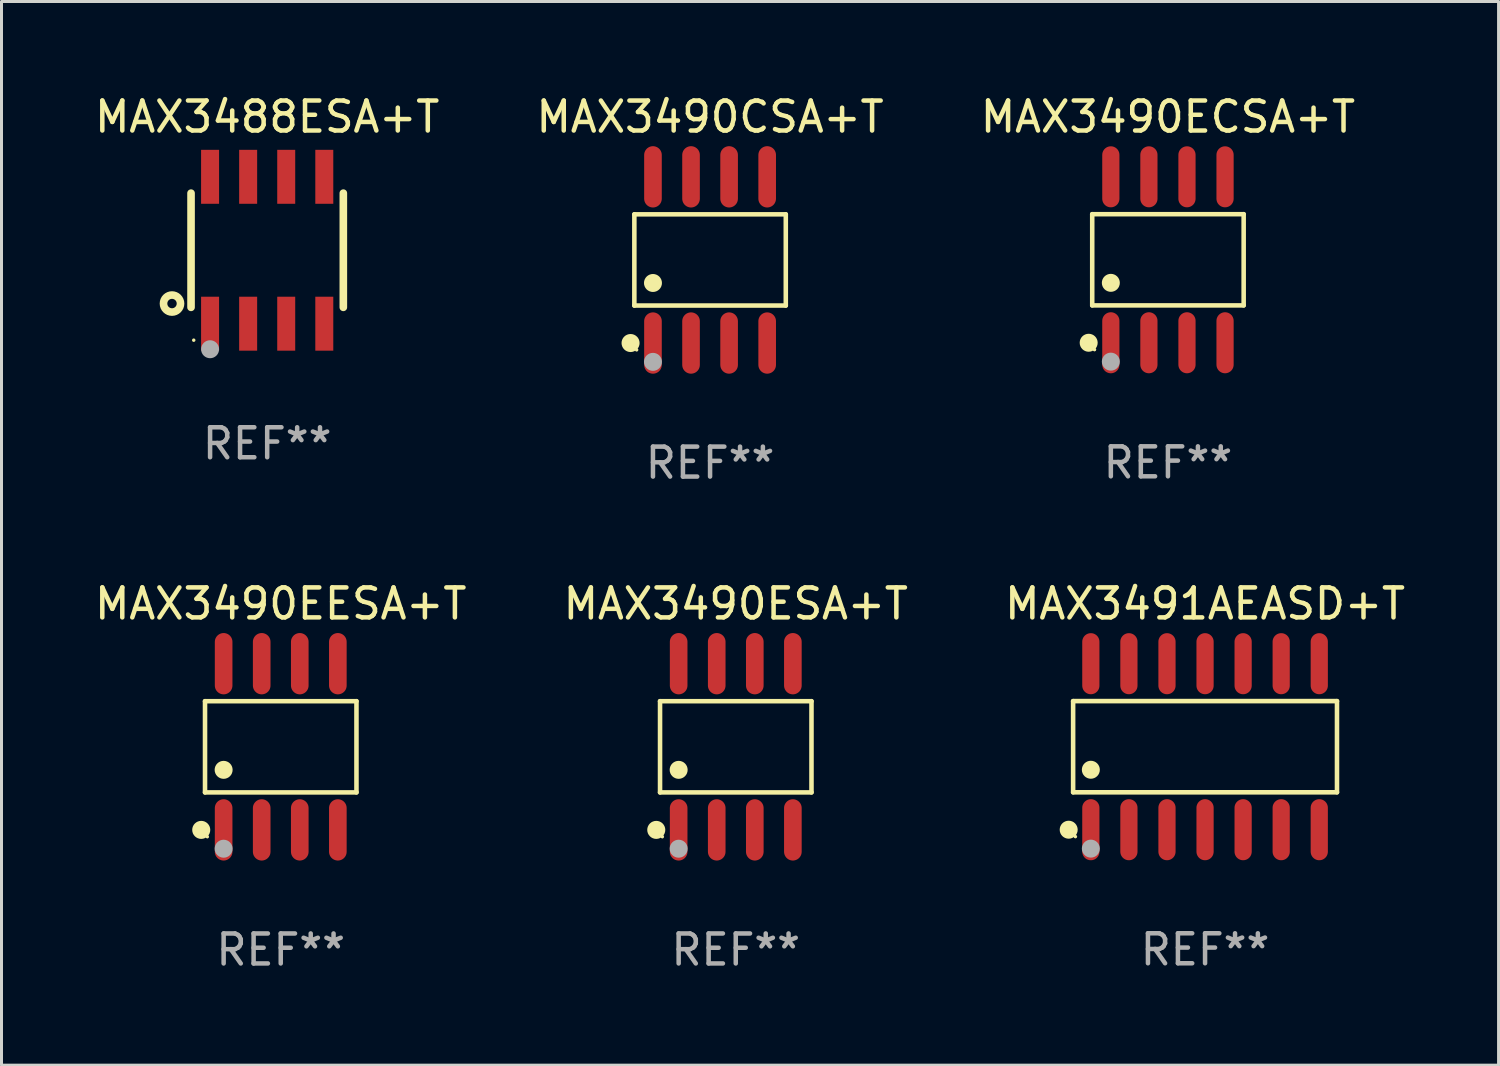
<source format=kicad_pcb>
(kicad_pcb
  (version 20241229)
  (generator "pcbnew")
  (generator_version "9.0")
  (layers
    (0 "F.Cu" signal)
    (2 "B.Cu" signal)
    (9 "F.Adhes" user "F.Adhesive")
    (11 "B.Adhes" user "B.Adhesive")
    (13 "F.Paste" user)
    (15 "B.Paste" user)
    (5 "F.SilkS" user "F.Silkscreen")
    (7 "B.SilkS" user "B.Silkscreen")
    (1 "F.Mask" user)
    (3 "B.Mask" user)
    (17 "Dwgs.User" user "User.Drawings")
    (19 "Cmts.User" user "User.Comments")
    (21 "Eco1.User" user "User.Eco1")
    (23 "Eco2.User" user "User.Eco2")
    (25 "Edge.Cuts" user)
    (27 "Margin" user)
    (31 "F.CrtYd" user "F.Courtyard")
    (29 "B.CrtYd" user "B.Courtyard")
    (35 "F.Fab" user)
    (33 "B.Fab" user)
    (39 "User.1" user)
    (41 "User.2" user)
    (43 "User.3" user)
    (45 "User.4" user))
  (footprint "MAX3488ESA+T"
    (layer "F.Cu")
    (at 5.863 5.298)
    (property "Reference" "MAX3488ESA+T" (at 0 -4.45 0) (layer "F.SilkS") (effects (font (size 1 1) (thickness 0.15))))
    (attr through_hole)
    (fp_line (start -2.54 -1.905) (end -2.54 1.905) (stroke (width 0.254) (type solid)) (layer "F.SilkS"))
    (fp_line (start 2.54 -1.905) (end 2.54 1.905) (stroke (width 0.254) (type solid)) (layer "F.SilkS"))
    (fp_circle (center -3.175 1.778) (end -2.891 1.778) (stroke (width 0.254) (type solid)) (fill no) (layer "F.SilkS"))
    (fp_circle (center -2.45 3) (end -2.42 3) (stroke (width 0.06) (type solid)) (fill no) (layer "F.SilkS"))
    (fp_circle (center -1.905 3.302) (end -1.755 3.302) (stroke (width 0.3) (type solid)) (fill no) (layer "F.Fab"))
    (fp_text user "REF**" (at 0 6.45 0) (layer "F.Fab") (effects (font (size 1 1) (thickness 0.15))))
    (pad "1" smd rect (at -1.905 2.45) (size 0.6 1.8) (layers "F.Cu" "F.Mask" "F.Paste"))
    (pad "2" smd rect (at -0.635 2.45) (size 0.6 1.8) (layers "F.Cu" "F.Mask" "F.Paste"))
    (pad "3" smd rect (at 0.635 2.45) (size 0.6 1.8) (layers "F.Cu" "F.Mask" "F.Paste"))
    (pad "4" smd rect (at 1.905 2.45) (size 0.6 1.8) (layers "F.Cu" "F.Mask" "F.Paste"))
    (pad "5" smd rect (at 1.905 -2.45 180) (size 0.6 1.8) (layers "F.Cu" "F.Mask" "F.Paste"))
    (pad "6" smd rect (at 0.635 -2.45 180) (size 0.6 1.8) (layers "F.Cu" "F.Mask" "F.Paste"))
    (pad "7" smd rect (at -0.635 -2.45 180) (size 0.6 1.8) (layers "F.Cu" "F.Mask" "F.Paste"))
    (pad "8" smd rect (at -1.905 -2.45 180) (size 0.6 1.8) (layers "F.Cu" "F.Mask" "F.Paste")))
  (footprint "MAX3490CSA+T"
    (layer "F.Cu")
    (at 20.637 5.621)
    (property "Reference" "MAX3490CSA+T" (at 0 -4.772 0) (layer "F.SilkS") (effects (font (size 1 1) (thickness 0.15))))
    (attr through_hole)
    (fp_line (start -2.526 -1.521) (end 2.526 -1.521) (stroke (width 0.152) (type solid)) (layer "F.SilkS"))
    (fp_line (start -2.526 1.521) (end -2.526 -1.521) (stroke (width 0.152) (type solid)) (layer "F.SilkS"))
    (fp_line (start 2.526 -1.521) (end 2.526 1.521) (stroke (width 0.152) (type solid)) (layer "F.SilkS"))
    (fp_line (start 2.526 1.521) (end -2.526 1.521) (stroke (width 0.152) (type solid)) (layer "F.SilkS"))
    (fp_circle (center -2.652 2.772) (end -2.501 2.772) (stroke (width 0.3) (type solid)) (fill no) (layer "F.SilkS"))
    (fp_circle (center -2.45 3) (end -2.42 3) (stroke (width 0.06) (type solid)) (fill no) (layer "F.SilkS"))
    (fp_circle (center -1.905 0.769) (end -1.755 0.769) (stroke (width 0.3) (type solid)) (fill no) (layer "F.SilkS"))
    (fp_circle (center -1.905 3.4) (end -1.755 3.4) (stroke (width 0.3) (type solid)) (fill no) (layer "F.Fab"))
    (fp_text user "REF**" (at 0 6.772 0) (layer "F.Fab") (effects (font (size 1 1) (thickness 0.15))))
    (pad "1" smd oval (at -1.905 2.772) (size 0.588 2.045) (layers "F.Cu" "F.Mask" "F.Paste"))
    (pad "2" smd oval (at -0.635 2.772) (size 0.588 2.045) (layers "F.Cu" "F.Mask" "F.Paste"))
    (pad "3" smd oval (at 0.635 2.772) (size 0.588 2.045) (layers "F.Cu" "F.Mask" "F.Paste"))
    (pad "4" smd oval (at 1.905 2.772) (size 0.588 2.045) (layers "F.Cu" "F.Mask" "F.Paste"))
    (pad "5" smd oval (at 1.905 -2.772) (size 0.588 2.045) (layers "F.Cu" "F.Mask" "F.Paste"))
    (pad "6" smd oval (at 0.635 -2.772) (size 0.588 2.045) (layers "F.Cu" "F.Mask" "F.Paste"))
    (pad "7" smd oval (at -0.635 -2.772) (size 0.588 2.045) (layers "F.Cu" "F.Mask" "F.Paste"))
    (pad "8" smd oval (at -1.905 -2.772) (size 0.588 2.045) (layers "F.Cu" "F.Mask" "F.Paste")))
  (footprint "MAX3490ESA+T"
    (layer "F.Cu")
    (at 21.494 21.862)
    (property "Reference" "MAX3490ESA+T" (at 0 -4.772 0) (layer "F.SilkS") (effects (font (size 1 1) (thickness 0.15))))
    (attr through_hole)
    (fp_line (start -2.526 -1.521) (end 2.526 -1.521) (stroke (width 0.152) (type solid)) (layer "F.SilkS"))
    (fp_line (start -2.526 1.521) (end -2.526 -1.521) (stroke (width 0.152) (type solid)) (layer "F.SilkS"))
    (fp_line (start 2.526 -1.521) (end 2.526 1.521) (stroke (width 0.152) (type solid)) (layer "F.SilkS"))
    (fp_line (start 2.526 1.521) (end -2.526 1.521) (stroke (width 0.152) (type solid)) (layer "F.SilkS"))
    (fp_circle (center -2.652 2.772) (end -2.501 2.772) (stroke (width 0.3) (type solid)) (fill no) (layer "F.SilkS"))
    (fp_circle (center -2.45 3) (end -2.42 3) (stroke (width 0.06) (type solid)) (fill no) (layer "F.SilkS"))
    (fp_circle (center -1.905 0.769) (end -1.755 0.769) (stroke (width 0.3) (type solid)) (fill no) (layer "F.SilkS"))
    (fp_circle (center -1.905 3.4) (end -1.755 3.4) (stroke (width 0.3) (type solid)) (fill no) (layer "F.Fab"))
    (fp_text user "REF**" (at 0 6.772 0) (layer "F.Fab") (effects (font (size 1 1) (thickness 0.15))))
    (pad "1" smd oval (at -1.905 2.772) (size 0.588 2.045) (layers "F.Cu" "F.Mask" "F.Paste"))
    (pad "2" smd oval (at -0.635 2.772) (size 0.588 2.045) (layers "F.Cu" "F.Mask" "F.Paste"))
    (pad "3" smd oval (at 0.635 2.772) (size 0.588 2.045) (layers "F.Cu" "F.Mask" "F.Paste"))
    (pad "4" smd oval (at 1.905 2.772) (size 0.588 2.045) (layers "F.Cu" "F.Mask" "F.Paste"))
    (pad "5" smd oval (at 1.905 -2.772) (size 0.588 2.045) (layers "F.Cu" "F.Mask" "F.Paste"))
    (pad "6" smd oval (at 0.635 -2.772) (size 0.588 2.045) (layers "F.Cu" "F.Mask" "F.Paste"))
    (pad "7" smd oval (at -0.635 -2.772) (size 0.588 2.045) (layers "F.Cu" "F.Mask" "F.Paste"))
    (pad "8" smd oval (at -1.905 -2.772) (size 0.588 2.045) (layers "F.Cu" "F.Mask" "F.Paste")))
  (footprint "MAX3490ECSA+T"
    (layer "F.Cu")
    (at 35.911 5.616)
    (property "Reference" "MAX3490ECSA+T" (at 0 -4.768 0) (layer "F.SilkS") (effects (font (size 1 1) (thickness 0.15))))
    (attr through_hole)
    (fp_line (start -2.526 -1.521) (end 2.526 -1.521) (stroke (width 0.152) (type solid)) (layer "F.SilkS"))
    (fp_line (start -2.526 1.521) (end -2.526 -1.521) (stroke (width 0.152) (type solid)) (layer "F.SilkS"))
    (fp_line (start 2.526 -1.521) (end 2.526 1.521) (stroke (width 0.152) (type solid)) (layer "F.SilkS"))
    (fp_line (start 2.526 1.521) (end -2.526 1.521) (stroke (width 0.152) (type solid)) (layer "F.SilkS"))
    (fp_circle (center -2.644 2.768) (end -2.494 2.768) (stroke (width 0.3) (type solid)) (fill no) (layer "F.SilkS"))
    (fp_circle (center -2.45 2.998) (end -2.42 2.998) (stroke (width 0.06) (type solid)) (fill no) (layer "F.SilkS"))
    (fp_circle (center -1.905 0.769) (end -1.755 0.769) (stroke (width 0.3) (type solid)) (fill no) (layer "F.SilkS"))
    (fp_circle (center -1.905 3.398) (end -1.755 3.398) (stroke (width 0.3) (type solid)) (fill no) (layer "F.Fab"))
    (fp_text user "REF**" (at 0 6.768 0) (layer "F.Fab") (effects (font (size 1 1) (thickness 0.15))))
    (pad "1" smd oval (at -1.905 2.768) (size 0.574 2.036) (layers "F.Cu" "F.Mask" "F.Paste"))
    (pad "2" smd oval (at -0.635 2.768) (size 0.574 2.036) (layers "F.Cu" "F.Mask" "F.Paste"))
    (pad "3" smd oval (at 0.635 2.768) (size 0.574 2.036) (layers "F.Cu" "F.Mask" "F.Paste"))
    (pad "4" smd oval (at 1.905 2.768) (size 0.574 2.036) (layers "F.Cu" "F.Mask" "F.Paste"))
    (pad "5" smd oval (at 1.905 -2.768) (size 0.574 2.036) (layers "F.Cu" "F.Mask" "F.Paste"))
    (pad "6" smd oval (at 0.635 -2.768) (size 0.574 2.036) (layers "F.Cu" "F.Mask" "F.Paste"))
    (pad "7" smd oval (at -0.635 -2.768) (size 0.574 2.036) (layers "F.Cu" "F.Mask" "F.Paste"))
    (pad "8" smd oval (at -1.905 -2.768) (size 0.574 2.036) (layers "F.Cu" "F.Mask" "F.Paste")))
  (footprint "MAX3490EESA+T"
    (layer "F.Cu")
    (at 6.315 21.862)
    (property "Reference" "MAX3490EESA+T" (at 0 -4.772 0) (layer "F.SilkS") (effects (font (size 1 1) (thickness 0.15))))
    (attr through_hole)
    (fp_line (start -2.526 -1.521) (end 2.526 -1.521) (stroke (width 0.152) (type solid)) (layer "F.SilkS"))
    (fp_line (start -2.526 1.521) (end -2.526 -1.521) (stroke (width 0.152) (type solid)) (layer "F.SilkS"))
    (fp_line (start 2.526 -1.521) (end 2.526 1.521) (stroke (width 0.152) (type solid)) (layer "F.SilkS"))
    (fp_line (start 2.526 1.521) (end -2.526 1.521) (stroke (width 0.152) (type solid)) (layer "F.SilkS"))
    (fp_circle (center -2.652 2.772) (end -2.501 2.772) (stroke (width 0.3) (type solid)) (fill no) (layer "F.SilkS"))
    (fp_circle (center -2.45 3) (end -2.42 3) (stroke (width 0.06) (type solid)) (fill no) (layer "F.SilkS"))
    (fp_circle (center -1.905 0.769) (end -1.755 0.769) (stroke (width 0.3) (type solid)) (fill no) (layer "F.SilkS"))
    (fp_circle (center -1.905 3.4) (end -1.755 3.4) (stroke (width 0.3) (type solid)) (fill no) (layer "F.Fab"))
    (fp_text user "REF**" (at 0 6.772 0) (layer "F.Fab") (effects (font (size 1 1) (thickness 0.15))))
    (pad "1" smd oval (at -1.905 2.772) (size 0.588 2.045) (layers "F.Cu" "F.Mask" "F.Paste"))
    (pad "2" smd oval (at -0.635 2.772) (size 0.588 2.045) (layers "F.Cu" "F.Mask" "F.Paste"))
    (pad "3" smd oval (at 0.635 2.772) (size 0.588 2.045) (layers "F.Cu" "F.Mask" "F.Paste"))
    (pad "4" smd oval (at 1.905 2.772) (size 0.588 2.045) (layers "F.Cu" "F.Mask" "F.Paste"))
    (pad "5" smd oval (at 1.905 -2.772) (size 0.588 2.045) (layers "F.Cu" "F.Mask" "F.Paste"))
    (pad "6" smd oval (at 0.635 -2.772) (size 0.588 2.045) (layers "F.Cu" "F.Mask" "F.Paste"))
    (pad "7" smd oval (at -0.635 -2.772) (size 0.588 2.045) (layers "F.Cu" "F.Mask" "F.Paste"))
    (pad "8" smd oval (at -1.905 -2.772) (size 0.588 2.045) (layers "F.Cu" "F.Mask" "F.Paste")))
  (footprint "MAX3491AEASD+T"
    (layer "F.Cu")
    (at 37.149 21.859)
    (property "Reference" "MAX3491AEASD+T" (at 0 -4.769 0) (layer "F.SilkS") (effects (font (size 1 1) (thickness 0.15))))
    (attr through_hole)
    (fp_line (start -4.401 -1.521) (end 4.401 -1.521) (stroke (width 0.152) (type solid)) (layer "F.SilkS"))
    (fp_line (start -4.401 1.521) (end -4.401 -1.521) (stroke (width 0.152) (type solid)) (layer "F.SilkS"))
    (fp_line (start 4.401 -1.521) (end 4.401 1.521) (stroke (width 0.152) (type solid)) (layer "F.SilkS"))
    (fp_line (start 4.401 1.521) (end -4.401 1.521) (stroke (width 0.152) (type solid)) (layer "F.SilkS"))
    (fp_circle (center -4.549 2.769) (end -4.399 2.769) (stroke (width 0.3) (type solid)) (fill no) (layer "F.SilkS"))
    (fp_circle (center -4.325 3) (end -4.295 3) (stroke (width 0.06) (type solid)) (fill no) (layer "F.SilkS"))
    (fp_circle (center -3.81 0.769) (end -3.66 0.769) (stroke (width 0.3) (type solid)) (fill no) (layer "F.SilkS"))
    (fp_circle (center -3.81 3.4) (end -3.66 3.4) (stroke (width 0.3) (type solid)) (fill no) (layer "F.Fab"))
    (fp_text user "REF**" (at 0 6.769 0) (layer "F.Fab") (effects (font (size 1 1) (thickness 0.15))))
    (pad "1" smd oval (at -3.81 2.769) (size 0.574 2.038) (layers "F.Cu" "F.Mask" "F.Paste"))
    (pad "2" smd oval (at -2.54 2.769) (size 0.574 2.038) (layers "F.Cu" "F.Mask" "F.Paste"))
    (pad "3" smd oval (at -1.27 2.769) (size 0.574 2.038) (layers "F.Cu" "F.Mask" "F.Paste"))
    (pad "4" smd oval (at 0 2.769) (size 0.574 2.038) (layers "F.Cu" "F.Mask" "F.Paste"))
    (pad "5" smd oval (at 1.27 2.769) (size 0.574 2.038) (layers "F.Cu" "F.Mask" "F.Paste"))
    (pad "6" smd oval (at 2.54 2.769) (size 0.574 2.038) (layers "F.Cu" "F.Mask" "F.Paste"))
    (pad "7" smd oval (at 3.81 2.769) (size 0.574 2.038) (layers "F.Cu" "F.Mask" "F.Paste"))
    (pad "8" smd oval (at 3.81 -2.769) (size 0.574 2.038) (layers "F.Cu" "F.Mask" "F.Paste"))
    (pad "9" smd oval (at 2.54 -2.769) (size 0.574 2.038) (layers "F.Cu" "F.Mask" "F.Paste"))
    (pad "10" smd oval (at 1.27 -2.769) (size 0.574 2.038) (layers "F.Cu" "F.Mask" "F.Paste"))
    (pad "11" smd oval (at 0 -2.769) (size 0.574 2.038) (layers "F.Cu" "F.Mask" "F.Paste"))
    (pad "12" smd oval (at -1.27 -2.769) (size 0.574 2.038) (layers "F.Cu" "F.Mask" "F.Paste"))
    (pad "13" smd oval (at -2.54 -2.769) (size 0.574 2.038) (layers "F.Cu" "F.Mask" "F.Paste"))
    (pad "14" smd oval (at -3.81 -2.769) (size 0.574 2.038) (layers "F.Cu" "F.Mask" "F.Paste")))
  (gr_rect
    (start -3 -3)
    (end 46.94 32.483)
    (stroke (width 0.1) (type default))
    (fill no)
    (layer "Edge.Cuts")))
</source>
